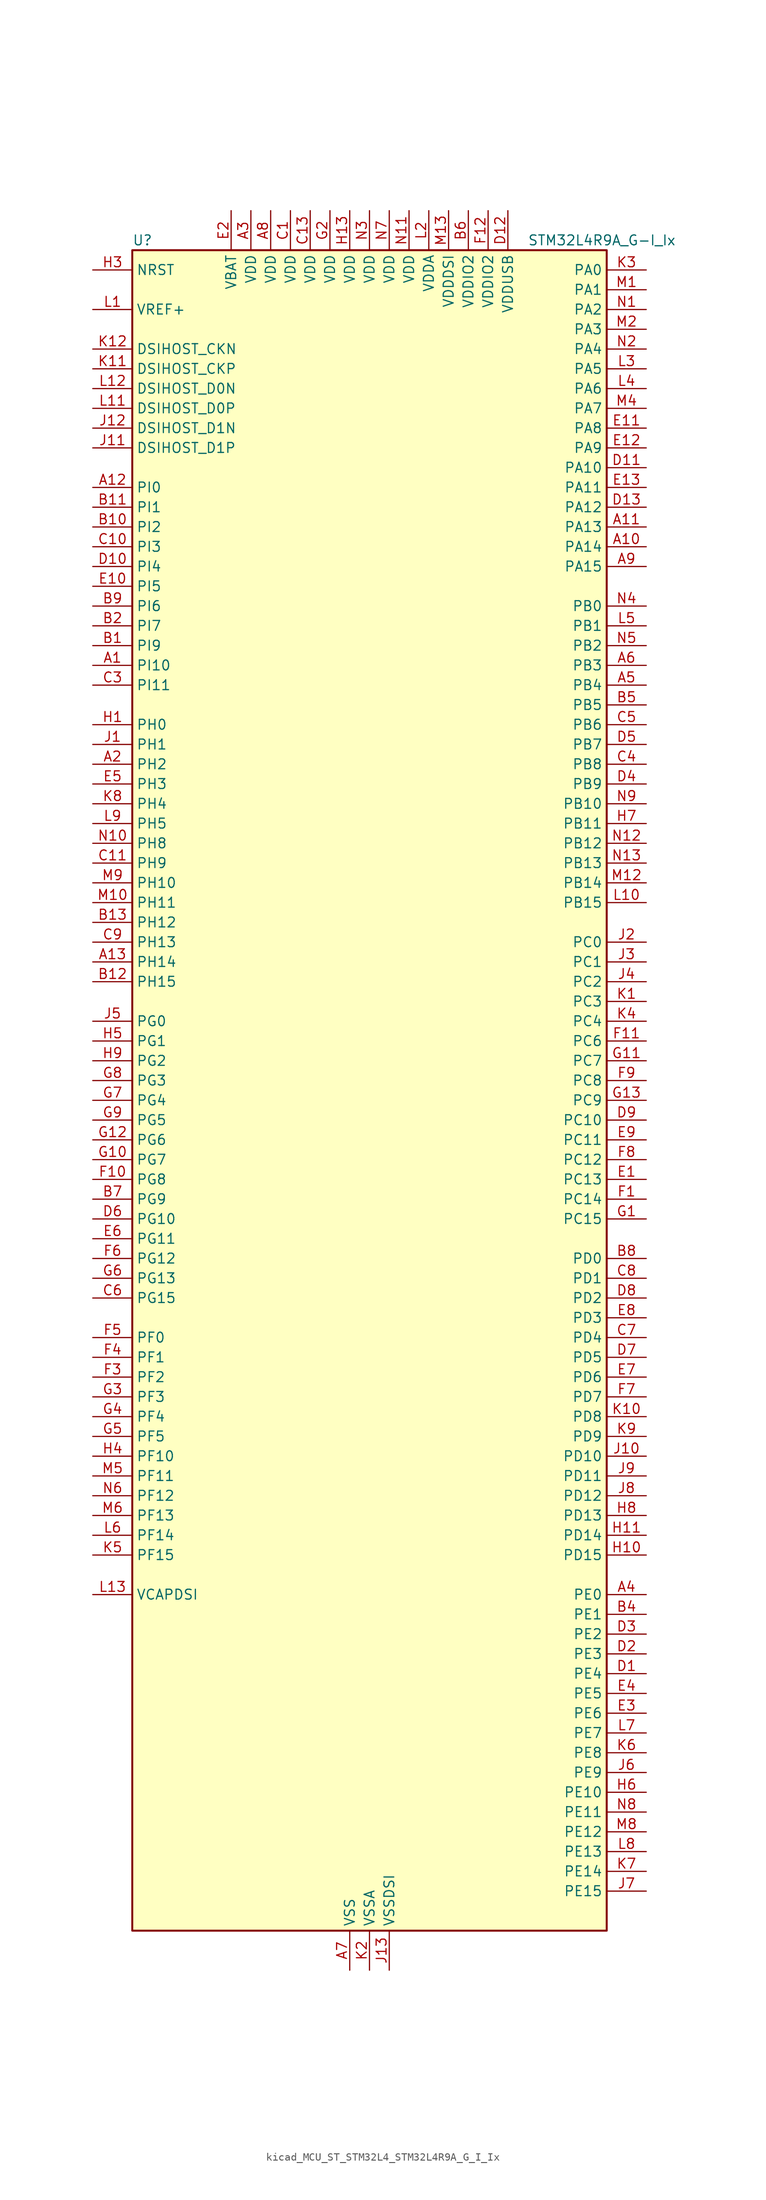
<source format=kicad_sym>
(kicad_symbol_lib
  (version 20220914)
  (generator kicad_symbol_editor)
  (symbol "kicad_MCU_ST_STM32L4_STM32L4R9A_G_I_Ix"
    (property "Reference" "U"
      (at -30.48 110.49 0)
      (effects (font (size 1.27 1.27)) (justify left)))
    (property "Value" "STM32L4R9A_G-I_Ix"
      (at 20.32 110.49 0)
      (effects (font (size 1.27 1.27)) (justify left)))
    (property "ki_locked" ""
      (at 0 0 0)
      (effects (font (size 1.27 1.27))))
    (symbol "kicad_MCU_ST_STM32L4_STM32L4R9A_G_I_Ix_0_1"
      (rectangle (start -30.48 -106.68) (end 30.48 109.22) (stroke (width 0.254) (type default)) (fill (type background))))
    (symbol "kicad_MCU_ST_STM32L4_STM32L4R9A_G_I_Ix_1_1"
      (pin bidirectional line (at -35.56 55.88 0) (length 5.08) (name "PI10" (effects (font (size 1.27 1.27)))) (number "A1" (effects (font (size 1.27 1.27)))) (alternate "OCTOSPIM_P2_IO1" bidirectional line))
      (pin bidirectional line (at 35.56 71.12 180) (length 5.08) (name "PA14" (effects (font (size 1.27 1.27)))) (number "A10" (effects (font (size 1.27 1.27)))) (alternate "I2C1_SMBA" bidirectional line) (alternate "I2C4_SMBA" bidirectional line) (alternate "LPTIM1_OUT" bidirectional line) (alternate "SAI1_FS_B" bidirectional line) (alternate "SYS_JTCK-SWCLK" bidirectional line) (alternate "USB_OTG_FS_SOF" bidirectional line))
      (pin bidirectional line (at 35.56 73.66 180) (length 5.08) (name "PA13" (effects (font (size 1.27 1.27)))) (number "A11" (effects (font (size 1.27 1.27)))) (alternate "IR_OUT" bidirectional line) (alternate "SAI1_SD_B" bidirectional line) (alternate "SYS_JTMS-SWDIO" bidirectional line) (alternate "USB_OTG_FS_NOE" bidirectional line))
      (pin bidirectional line (at -35.56 78.74 0) (length 5.08) (name "PI0" (effects (font (size 1.27 1.27)))) (number "A12" (effects (font (size 1.27 1.27)))) (alternate "DCMI_D13" bidirectional line) (alternate "OCTOSPIM_P1_IO5" bidirectional line) (alternate "SPI2_NSS" bidirectional line) (alternate "TIM5_CH4" bidirectional line))
      (pin bidirectional line (at -35.56 17.78 0) (length 5.08) (name "PH14" (effects (font (size 1.27 1.27)))) (number "A13" (effects (font (size 1.27 1.27)))) (alternate "DCMI_D4" bidirectional line) (alternate "TIM8_CH2N" bidirectional line))
      (pin bidirectional line (at -35.56 43.18 0) (length 5.08) (name "PH2" (effects (font (size 1.27 1.27)))) (number "A2" (effects (font (size 1.27 1.27)))) (alternate "OCTOSPIM_P1_IO4" bidirectional line))
      (pin power_in line (at -15.24 114.3 270) (length 5.08) (name "VDD" (effects (font (size 1.27 1.27)))) (number "A3" (effects (font (size 1.27 1.27)))))
      (pin bidirectional line (at 35.56 -63.5 180) (length 5.08) (name "PE0" (effects (font (size 1.27 1.27)))) (number "A4" (effects (font (size 1.27 1.27)))) (alternate "DCMI_D2" bidirectional line) (alternate "FMC_NBL0" bidirectional line) (alternate "LTDC_HSYNC" bidirectional line) (alternate "TIM16_CH1" bidirectional line) (alternate "TIM4_ETR" bidirectional line))
      (pin bidirectional line (at 35.56 53.34 180) (length 5.08) (name "PB4" (effects (font (size 1.27 1.27)))) (number "A5" (effects (font (size 1.27 1.27)))) (alternate "COMP2_INP" bidirectional line) (alternate "DCMI_D12" bidirectional line) (alternate "I2C3_SDA" bidirectional line) (alternate "SAI1_MCLK_B" bidirectional line) (alternate "SPI1_MISO" bidirectional line) (alternate "SPI3_MISO" bidirectional line) (alternate "SYS_JTRST" bidirectional line) (alternate "TIM17_BKIN" bidirectional line) (alternate "TIM3_CH1" bidirectional line) (alternate "TSC_G2_IO1" bidirectional line) (alternate "UART5_DE" bidirectional line) (alternate "UART5_RTS" bidirectional line) (alternate "USART1_CTS" bidirectional line) (alternate "USART1_NSS" bidirectional line))
      (pin bidirectional line (at 35.56 55.88 180) (length 5.08) (name "PB3" (effects (font (size 1.27 1.27)))) (number "A6" (effects (font (size 1.27 1.27)))) (alternate "COMP2_INM" bidirectional line) (alternate "CRS_SYNC" bidirectional line) (alternate "SAI1_SCK_B" bidirectional line) (alternate "SPI1_SCK" bidirectional line) (alternate "SPI3_SCK" bidirectional line) (alternate "SYS_JTDO-SWO" bidirectional line) (alternate "TIM2_CH2" bidirectional line) (alternate "USART1_DE" bidirectional line) (alternate "USART1_RTS" bidirectional line))
      (pin power_in line (at -2.54 -111.76 90) (length 5.08) (name "VSS" (effects (font (size 1.27 1.27)))) (number "A7" (effects (font (size 1.27 1.27)))))
      (pin power_in line (at -12.7 114.3 270) (length 5.08) (name "VDD" (effects (font (size 1.27 1.27)))) (number "A8" (effects (font (size 1.27 1.27)))))
      (pin bidirectional line (at 35.56 68.58 180) (length 5.08) (name "PA15" (effects (font (size 1.27 1.27)))) (number "A9" (effects (font (size 1.27 1.27)))) (alternate "ADC1_EXTI15" bidirectional line) (alternate "SAI2_FS_B" bidirectional line) (alternate "SPI1_NSS" bidirectional line) (alternate "SPI3_NSS" bidirectional line) (alternate "SYS_JTDI" bidirectional line) (alternate "TIM2_CH1" bidirectional line) (alternate "TIM2_ETR" bidirectional line) (alternate "TSC_G3_IO1" bidirectional line) (alternate "UART4_DE" bidirectional line) (alternate "UART4_RTS" bidirectional line) (alternate "USART2_RX" bidirectional line) (alternate "USART3_DE" bidirectional line) (alternate "USART3_RTS" bidirectional line))
      (pin bidirectional line (at -35.56 58.42 0) (length 5.08) (name "PI9" (effects (font (size 1.27 1.27)))) (number "B1" (effects (font (size 1.27 1.27)))) (alternate "CAN1_RX" bidirectional line) (alternate "DAC1_EXTI9" bidirectional line) (alternate "OCTOSPIM_P2_IO2" bidirectional line))
      (pin bidirectional line (at -35.56 73.66 0) (length 5.08) (name "PI2" (effects (font (size 1.27 1.27)))) (number "B10" (effects (font (size 1.27 1.27)))) (alternate "DCMI_D9" bidirectional line) (alternate "SPI2_MISO" bidirectional line) (alternate "TIM8_CH4" bidirectional line))
      (pin bidirectional line (at -35.56 76.2 0) (length 5.08) (name "PI1" (effects (font (size 1.27 1.27)))) (number "B11" (effects (font (size 1.27 1.27)))) (alternate "DCMI_D8" bidirectional line) (alternate "SPI2_SCK" bidirectional line))
      (pin bidirectional line (at -35.56 15.24 0) (length 5.08) (name "PH15" (effects (font (size 1.27 1.27)))) (number "B12" (effects (font (size 1.27 1.27)))) (alternate "ADC1_EXTI15" bidirectional line) (alternate "DCMI_D11" bidirectional line) (alternate "OCTOSPIM_P2_IO6" bidirectional line) (alternate "TIM8_CH3N" bidirectional line))
      (pin bidirectional line (at -35.56 22.86 0) (length 5.08) (name "PH12" (effects (font (size 1.27 1.27)))) (number "B13" (effects (font (size 1.27 1.27)))) (alternate "DCMI_D3" bidirectional line) (alternate "OCTOSPIM_P2_IO7" bidirectional line) (alternate "TIM5_CH3" bidirectional line))
      (pin bidirectional line (at -35.56 60.96 0) (length 5.08) (name "PI7" (effects (font (size 1.27 1.27)))) (number "B2" (effects (font (size 1.27 1.27)))) (alternate "DCMI_D7" bidirectional line) (alternate "TIM8_CH3" bidirectional line))
      (pin passive line (at -2.54 -111.76 90) (length 5.08) hide (name "VSS" (effects (font (size 1.27 1.27)))) (number "B3" (effects (font (size 1.27 1.27)))))
      (pin bidirectional line (at 35.56 -66.04 180) (length 5.08) (name "PE1" (effects (font (size 1.27 1.27)))) (number "B4" (effects (font (size 1.27 1.27)))) (alternate "DCMI_D3" bidirectional line) (alternate "FMC_NBL1" bidirectional line) (alternate "LTDC_VSYNC" bidirectional line) (alternate "TIM17_CH1" bidirectional line))
      (pin bidirectional line (at 35.56 50.8 180) (length 5.08) (name "PB5" (effects (font (size 1.27 1.27)))) (number "B5" (effects (font (size 1.27 1.27)))) (alternate "COMP2_OUT" bidirectional line) (alternate "DCMI_D10" bidirectional line) (alternate "I2C1_SMBA" bidirectional line) (alternate "LPTIM1_IN1" bidirectional line) (alternate "SAI1_SD_B" bidirectional line) (alternate "SPI1_MOSI" bidirectional line) (alternate "SPI3_MOSI" bidirectional line) (alternate "TIM16_BKIN" bidirectional line) (alternate "TIM3_CH2" bidirectional line) (alternate "TSC_G2_IO2" bidirectional line) (alternate "UART5_CTS" bidirectional line) (alternate "USART1_CK" bidirectional line))
      (pin power_in line (at 12.7 114.3 270) (length 5.08) (name "VDDIO2" (effects (font (size 1.27 1.27)))) (number "B6" (effects (font (size 1.27 1.27)))))
      (pin bidirectional line (at -35.56 -12.7 0) (length 5.08) (name "PG9" (effects (font (size 1.27 1.27)))) (number "B7" (effects (font (size 1.27 1.27)))) (alternate "DAC1_EXTI9" bidirectional line) (alternate "FMC_NCE" bidirectional line) (alternate "FMC_NE2" bidirectional line) (alternate "OCTOSPIM_P2_IO6" bidirectional line) (alternate "SAI2_SCK_A" bidirectional line) (alternate "SPI3_SCK" bidirectional line) (alternate "TIM15_CH1N" bidirectional line) (alternate "USART1_TX" bidirectional line))
      (pin bidirectional line (at 35.56 -20.32 180) (length 5.08) (name "PD0" (effects (font (size 1.27 1.27)))) (number "B8" (effects (font (size 1.27 1.27)))) (alternate "CAN1_RX" bidirectional line) (alternate "DFSDM1_DATIN7" bidirectional line) (alternate "FMC_D2" bidirectional line) (alternate "FMC_DA2" bidirectional line) (alternate "LTDC_B4" bidirectional line) (alternate "SPI2_NSS" bidirectional line))
      (pin bidirectional line (at -35.56 63.5 0) (length 5.08) (name "PI6" (effects (font (size 1.27 1.27)))) (number "B9" (effects (font (size 1.27 1.27)))) (alternate "DCMI_D6" bidirectional line) (alternate "OCTOSPIM_P2_CLK" bidirectional line) (alternate "TIM8_CH2" bidirectional line))
      (pin power_in line (at -10.16 114.3 270) (length 5.08) (name "VDD" (effects (font (size 1.27 1.27)))) (number "C1" (effects (font (size 1.27 1.27)))))
      (pin bidirectional line (at -35.56 71.12 0) (length 5.08) (name "PI3" (effects (font (size 1.27 1.27)))) (number "C10" (effects (font (size 1.27 1.27)))) (alternate "DCMI_D10" bidirectional line) (alternate "SPI2_MOSI" bidirectional line) (alternate "TIM8_ETR" bidirectional line))
      (pin bidirectional line (at -35.56 30.48 0) (length 5.08) (name "PH9" (effects (font (size 1.27 1.27)))) (number "C11" (effects (font (size 1.27 1.27)))) (alternate "DAC1_EXTI9" bidirectional line) (alternate "DCMI_D0" bidirectional line) (alternate "I2C3_SMBA" bidirectional line) (alternate "OCTOSPIM_P2_IO4" bidirectional line))
      (pin passive line (at -2.54 -111.76 90) (length 5.08) hide (name "VSS" (effects (font (size 1.27 1.27)))) (number "C12" (effects (font (size 1.27 1.27)))))
      (pin power_in line (at -7.62 114.3 270) (length 5.08) (name "VDD" (effects (font (size 1.27 1.27)))) (number "C13" (effects (font (size 1.27 1.27)))))
      (pin passive line (at -2.54 -111.76 90) (length 5.08) hide (name "VSS" (effects (font (size 1.27 1.27)))) (number "C2" (effects (font (size 1.27 1.27)))))
      (pin bidirectional line (at -35.56 53.34 0) (length 5.08) (name "PI11" (effects (font (size 1.27 1.27)))) (number "C3" (effects (font (size 1.27 1.27)))) (alternate "ADC1_EXTI11" bidirectional line) (alternate "OCTOSPIM_P2_IO0" bidirectional line))
      (pin bidirectional line (at 35.56 43.18 180) (length 5.08) (name "PB8" (effects (font (size 1.27 1.27)))) (number "C4" (effects (font (size 1.27 1.27)))) (alternate "CAN1_RX" bidirectional line) (alternate "DCMI_D6" bidirectional line) (alternate "DFSDM1_CKOUT" bidirectional line) (alternate "DFSDM1_DATIN6" bidirectional line) (alternate "I2C1_SCL" bidirectional line) (alternate "LTDC_B1" bidirectional line) (alternate "SAI1_CK1" bidirectional line) (alternate "SAI1_MCLK_A" bidirectional line) (alternate "SDMMC1_CKIN" bidirectional line) (alternate "SDMMC1_D4" bidirectional line) (alternate "TIM16_CH1" bidirectional line) (alternate "TIM4_CH3" bidirectional line))
      (pin bidirectional line (at 35.56 48.26 180) (length 5.08) (name "PB6" (effects (font (size 1.27 1.27)))) (number "C5" (effects (font (size 1.27 1.27)))) (alternate "COMP2_INP" bidirectional line) (alternate "DCMI_D5" bidirectional line) (alternate "DFSDM1_DATIN5" bidirectional line) (alternate "I2C1_SCL" bidirectional line) (alternate "I2C4_SCL" bidirectional line) (alternate "LPTIM1_ETR" bidirectional line) (alternate "SAI1_FS_B" bidirectional line) (alternate "TIM16_CH1N" bidirectional line) (alternate "TIM4_CH1" bidirectional line) (alternate "TIM8_BKIN2" bidirectional line) (alternate "TSC_G2_IO3" bidirectional line) (alternate "USART1_TX" bidirectional line))
      (pin bidirectional line (at -35.56 -25.4 0) (length 5.08) (name "PG15" (effects (font (size 1.27 1.27)))) (number "C6" (effects (font (size 1.27 1.27)))) (alternate "ADC1_EXTI15" bidirectional line) (alternate "DCMI_D13" bidirectional line) (alternate "I2C1_SMBA" bidirectional line) (alternate "LPTIM1_OUT" bidirectional line) (alternate "OCTOSPIM_P2_DQS" bidirectional line))
      (pin bidirectional line (at 35.56 -30.48 180) (length 5.08) (name "PD4" (effects (font (size 1.27 1.27)))) (number "C7" (effects (font (size 1.27 1.27)))) (alternate "DFSDM1_CKIN0" bidirectional line) (alternate "FMC_NOE" bidirectional line) (alternate "OCTOSPIM_P1_IO4" bidirectional line) (alternate "SPI2_MOSI" bidirectional line) (alternate "USART2_DE" bidirectional line) (alternate "USART2_RTS" bidirectional line))
      (pin bidirectional line (at 35.56 -22.86 180) (length 5.08) (name "PD1" (effects (font (size 1.27 1.27)))) (number "C8" (effects (font (size 1.27 1.27)))) (alternate "CAN1_TX" bidirectional line) (alternate "DFSDM1_CKIN7" bidirectional line) (alternate "FMC_D3" bidirectional line) (alternate "FMC_DA3" bidirectional line) (alternate "LTDC_B5" bidirectional line) (alternate "SPI2_SCK" bidirectional line))
      (pin bidirectional line (at -35.56 20.32 0) (length 5.08) (name "PH13" (effects (font (size 1.27 1.27)))) (number "C9" (effects (font (size 1.27 1.27)))) (alternate "CAN1_TX" bidirectional line) (alternate "TIM8_CH1N" bidirectional line))
      (pin bidirectional line (at 35.56 -73.66 180) (length 5.08) (name "PE4" (effects (font (size 1.27 1.27)))) (number "D1" (effects (font (size 1.27 1.27)))) (alternate "DCMI_D4" bidirectional line) (alternate "DFSDM1_DATIN3" bidirectional line) (alternate "FMC_A20" bidirectional line) (alternate "LTDC_B0" bidirectional line) (alternate "SAI1_D2" bidirectional line) (alternate "SAI1_FS_A" bidirectional line) (alternate "SYS_TRACED1" bidirectional line) (alternate "TIM3_CH2" bidirectional line) (alternate "TSC_G7_IO3" bidirectional line))
      (pin bidirectional line (at -35.56 68.58 0) (length 5.08) (name "PI4" (effects (font (size 1.27 1.27)))) (number "D10" (effects (font (size 1.27 1.27)))) (alternate "DCMI_D5" bidirectional line) (alternate "TIM8_BKIN" bidirectional line))
      (pin bidirectional line (at 35.56 81.28 180) (length 5.08) (name "PA10" (effects (font (size 1.27 1.27)))) (number "D11" (effects (font (size 1.27 1.27)))) (alternate "DCMI_D1" bidirectional line) (alternate "SAI1_D1" bidirectional line) (alternate "SAI1_SD_A" bidirectional line) (alternate "TIM17_BKIN" bidirectional line) (alternate "TIM1_CH3" bidirectional line) (alternate "USART1_RX" bidirectional line) (alternate "USB_OTG_FS_ID" bidirectional line))
      (pin power_in line (at 17.78 114.3 270) (length 5.08) (name "VDDUSB" (effects (font (size 1.27 1.27)))) (number "D12" (effects (font (size 1.27 1.27)))))
      (pin bidirectional line (at 35.56 76.2 180) (length 5.08) (name "PA12" (effects (font (size 1.27 1.27)))) (number "D13" (effects (font (size 1.27 1.27)))) (alternate "CAN1_TX" bidirectional line) (alternate "SPI1_MOSI" bidirectional line) (alternate "TIM1_ETR" bidirectional line) (alternate "USART1_DE" bidirectional line) (alternate "USART1_RTS" bidirectional line) (alternate "USB_OTG_FS_DP" bidirectional line))
      (pin bidirectional line (at 35.56 -71.12 180) (length 5.08) (name "PE3" (effects (font (size 1.27 1.27)))) (number "D2" (effects (font (size 1.27 1.27)))) (alternate "FMC_A19" bidirectional line) (alternate "LTDC_R1" bidirectional line) (alternate "OCTOSPIM_P1_DQS" bidirectional line) (alternate "SAI1_SD_B" bidirectional line) (alternate "SYS_TRACED0" bidirectional line) (alternate "TIM3_CH1" bidirectional line) (alternate "TSC_G7_IO2" bidirectional line))
      (pin bidirectional line (at 35.56 -68.58 180) (length 5.08) (name "PE2" (effects (font (size 1.27 1.27)))) (number "D3" (effects (font (size 1.27 1.27)))) (alternate "FMC_A23" bidirectional line) (alternate "LTDC_R0" bidirectional line) (alternate "SAI1_CK1" bidirectional line) (alternate "SAI1_MCLK_A" bidirectional line) (alternate "SYS_TRACECLK" bidirectional line) (alternate "TIM3_ETR" bidirectional line) (alternate "TSC_G7_IO1" bidirectional line))
      (pin bidirectional line (at 35.56 40.64 180) (length 5.08) (name "PB9" (effects (font (size 1.27 1.27)))) (number "D4" (effects (font (size 1.27 1.27)))) (alternate "CAN1_TX" bidirectional line) (alternate "DAC1_EXTI9" bidirectional line) (alternate "DCMI_D7" bidirectional line) (alternate "DFSDM1_CKIN6" bidirectional line) (alternate "I2C1_SDA" bidirectional line) (alternate "IR_OUT" bidirectional line) (alternate "SAI1_D2" bidirectional line) (alternate "SAI1_FS_A" bidirectional line) (alternate "SDMMC1_CDIR" bidirectional line) (alternate "SDMMC1_D5" bidirectional line) (alternate "SPI2_NSS" bidirectional line) (alternate "TIM17_CH1" bidirectional line) (alternate "TIM4_CH4" bidirectional line))
      (pin bidirectional line (at 35.56 45.72 180) (length 5.08) (name "PB7" (effects (font (size 1.27 1.27)))) (number "D5" (effects (font (size 1.27 1.27)))) (alternate "COMP2_INM" bidirectional line) (alternate "DCMI_VSYNC" bidirectional line) (alternate "DFSDM1_CKIN5" bidirectional line) (alternate "DSIHOST_TE" bidirectional line) (alternate "FMC_NL" bidirectional line) (alternate "I2C1_SDA" bidirectional line) (alternate "I2C4_SDA" bidirectional line) (alternate "LPTIM1_IN2" bidirectional line) (alternate "SYS_PVD_IN" bidirectional line) (alternate "TIM17_CH1N" bidirectional line) (alternate "TIM4_CH2" bidirectional line) (alternate "TIM8_BKIN" bidirectional line) (alternate "TSC_G2_IO4" bidirectional line) (alternate "UART4_CTS" bidirectional line) (alternate "USART1_RX" bidirectional line))
      (pin bidirectional line (at -35.56 -15.24 0) (length 5.08) (name "PG10" (effects (font (size 1.27 1.27)))) (number "D6" (effects (font (size 1.27 1.27)))) (alternate "FMC_NE3" bidirectional line) (alternate "LPTIM1_IN1" bidirectional line) (alternate "OCTOSPIM_P2_IO7" bidirectional line) (alternate "SAI2_FS_A" bidirectional line) (alternate "SPI3_MISO" bidirectional line) (alternate "TIM15_CH1" bidirectional line) (alternate "USART1_RX" bidirectional line))
      (pin bidirectional line (at 35.56 -33.02 180) (length 5.08) (name "PD5" (effects (font (size 1.27 1.27)))) (number "D7" (effects (font (size 1.27 1.27)))) (alternate "FMC_NWE" bidirectional line) (alternate "OCTOSPIM_P1_IO5" bidirectional line) (alternate "USART2_TX" bidirectional line))
      (pin bidirectional line (at 35.56 -25.4 180) (length 5.08) (name "PD2" (effects (font (size 1.27 1.27)))) (number "D8" (effects (font (size 1.27 1.27)))) (alternate "DCMI_D11" bidirectional line) (alternate "SDMMC1_CMD" bidirectional line) (alternate "SYS_TRACED2" bidirectional line) (alternate "TIM3_ETR" bidirectional line) (alternate "TSC_SYNC" bidirectional line) (alternate "UART5_RX" bidirectional line) (alternate "USART3_DE" bidirectional line) (alternate "USART3_RTS" bidirectional line))
      (pin bidirectional line (at 35.56 -2.54 180) (length 5.08) (name "PC10" (effects (font (size 1.27 1.27)))) (number "D9" (effects (font (size 1.27 1.27)))) (alternate "DCMI_D8" bidirectional line) (alternate "SAI2_SCK_B" bidirectional line) (alternate "SDMMC1_D2" bidirectional line) (alternate "SPI3_SCK" bidirectional line) (alternate "SYS_TRACED1" bidirectional line) (alternate "TSC_G3_IO2" bidirectional line) (alternate "UART4_TX" bidirectional line) (alternate "USART3_TX" bidirectional line))
      (pin bidirectional line (at 35.56 -10.16 180) (length 5.08) (name "PC13" (effects (font (size 1.27 1.27)))) (number "E1" (effects (font (size 1.27 1.27)))) (alternate "RTC_OUT_ALARM" bidirectional line) (alternate "RTC_OUT_CALIB" bidirectional line) (alternate "RTC_TAMP1" bidirectional line) (alternate "RTC_TS" bidirectional line) (alternate "SYS_WKUP2" bidirectional line))
      (pin bidirectional line (at -35.56 66.04 0) (length 5.08) (name "PI5" (effects (font (size 1.27 1.27)))) (number "E10" (effects (font (size 1.27 1.27)))) (alternate "DCMI_VSYNC" bidirectional line) (alternate "OCTOSPIM_P2_NCS" bidirectional line) (alternate "TIM8_CH1" bidirectional line))
      (pin bidirectional line (at 35.56 86.36 180) (length 5.08) (name "PA8" (effects (font (size 1.27 1.27)))) (number "E11" (effects (font (size 1.27 1.27)))) (alternate "LPTIM2_OUT" bidirectional line) (alternate "RCC_MCO" bidirectional line) (alternate "SAI1_CK2" bidirectional line) (alternate "SAI1_SCK_A" bidirectional line) (alternate "TIM1_CH1" bidirectional line) (alternate "USART1_CK" bidirectional line) (alternate "USB_OTG_FS_SOF" bidirectional line))
      (pin bidirectional line (at 35.56 83.82 180) (length 5.08) (name "PA9" (effects (font (size 1.27 1.27)))) (number "E12" (effects (font (size 1.27 1.27)))) (alternate "DAC1_EXTI9" bidirectional line) (alternate "DCMI_D0" bidirectional line) (alternate "SAI1_FS_A" bidirectional line) (alternate "SPI2_SCK" bidirectional line) (alternate "TIM15_BKIN" bidirectional line) (alternate "TIM1_CH2" bidirectional line) (alternate "USART1_TX" bidirectional line) (alternate "USB_OTG_FS_VBUS" bidirectional line))
      (pin bidirectional line (at 35.56 78.74 180) (length 5.08) (name "PA11" (effects (font (size 1.27 1.27)))) (number "E13" (effects (font (size 1.27 1.27)))) (alternate "ADC1_EXTI11" bidirectional line) (alternate "CAN1_RX" bidirectional line) (alternate "SPI1_MISO" bidirectional line) (alternate "TIM1_BKIN2" bidirectional line) (alternate "TIM1_CH4" bidirectional line) (alternate "USART1_CTS" bidirectional line) (alternate "USART1_NSS" bidirectional line) (alternate "USB_OTG_FS_DM" bidirectional line))
      (pin power_in line (at -17.78 114.3 270) (length 5.08) (name "VBAT" (effects (font (size 1.27 1.27)))) (number "E2" (effects (font (size 1.27 1.27)))))
      (pin bidirectional line (at 35.56 -78.74 180) (length 5.08) (name "PE6" (effects (font (size 1.27 1.27)))) (number "E3" (effects (font (size 1.27 1.27)))) (alternate "DCMI_D7" bidirectional line) (alternate "FMC_A22" bidirectional line) (alternate "LTDC_G1" bidirectional line) (alternate "RTC_TAMP3" bidirectional line) (alternate "SAI1_D1" bidirectional line) (alternate "SAI1_SD_A" bidirectional line) (alternate "SYS_TRACED3" bidirectional line) (alternate "SYS_WKUP3" bidirectional line) (alternate "TIM3_CH4" bidirectional line))
      (pin bidirectional line (at 35.56 -76.2 180) (length 5.08) (name "PE5" (effects (font (size 1.27 1.27)))) (number "E4" (effects (font (size 1.27 1.27)))) (alternate "DCMI_D6" bidirectional line) (alternate "DFSDM1_CKIN3" bidirectional line) (alternate "FMC_A21" bidirectional line) (alternate "LTDC_G0" bidirectional line) (alternate "SAI1_CK2" bidirectional line) (alternate "SAI1_SCK_A" bidirectional line) (alternate "SYS_TRACED2" bidirectional line) (alternate "TIM3_CH3" bidirectional line) (alternate "TSC_G7_IO4" bidirectional line))
      (pin bidirectional line (at -35.56 40.64 0) (length 5.08) (name "PH3" (effects (font (size 1.27 1.27)))) (number "E5" (effects (font (size 1.27 1.27)))))
      (pin bidirectional line (at -35.56 -17.78 0) (length 5.08) (name "PG11" (effects (font (size 1.27 1.27)))) (number "E6" (effects (font (size 1.27 1.27)))) (alternate "ADC1_EXTI11" bidirectional line) (alternate "LPTIM1_IN2" bidirectional line) (alternate "OCTOSPIM_P1_IO5" bidirectional line) (alternate "SAI2_MCLK_A" bidirectional line) (alternate "SPI3_MOSI" bidirectional line) (alternate "TIM15_CH2" bidirectional line) (alternate "USART1_CTS" bidirectional line) (alternate "USART1_NSS" bidirectional line))
      (pin bidirectional line (at 35.56 -35.56 180) (length 5.08) (name "PD6" (effects (font (size 1.27 1.27)))) (number "E7" (effects (font (size 1.27 1.27)))) (alternate "DCMI_D10" bidirectional line) (alternate "DFSDM1_DATIN1" bidirectional line) (alternate "FMC_NWAIT" bidirectional line) (alternate "LTDC_DE" bidirectional line) (alternate "OCTOSPIM_P1_IO6" bidirectional line) (alternate "SAI1_D1" bidirectional line) (alternate "SAI1_SD_A" bidirectional line) (alternate "SPI3_MOSI" bidirectional line) (alternate "USART2_RX" bidirectional line))
      (pin bidirectional line (at 35.56 -27.94 180) (length 5.08) (name "PD3" (effects (font (size 1.27 1.27)))) (number "E8" (effects (font (size 1.27 1.27)))) (alternate "DCMI_D5" bidirectional line) (alternate "DFSDM1_DATIN0" bidirectional line) (alternate "FMC_CLK" bidirectional line) (alternate "LTDC_CLK" bidirectional line) (alternate "OCTOSPIM_P2_NCS" bidirectional line) (alternate "SPI2_MISO" bidirectional line) (alternate "SPI2_SCK" bidirectional line) (alternate "USART2_CTS" bidirectional line) (alternate "USART2_NSS" bidirectional line))
      (pin bidirectional line (at 35.56 -5.08 180) (length 5.08) (name "PC11" (effects (font (size 1.27 1.27)))) (number "E9" (effects (font (size 1.27 1.27)))) (alternate "ADC1_EXTI11" bidirectional line) (alternate "DCMI_D2" bidirectional line) (alternate "DCMI_D4" bidirectional line) (alternate "OCTOSPIM_P1_NCS" bidirectional line) (alternate "SAI2_MCLK_B" bidirectional line) (alternate "SDMMC1_D3" bidirectional line) (alternate "SPI3_MISO" bidirectional line) (alternate "TSC_G3_IO3" bidirectional line) (alternate "UART4_RX" bidirectional line) (alternate "USART3_RX" bidirectional line))
      (pin bidirectional line (at 35.56 -12.7 180) (length 5.08) (name "PC14" (effects (font (size 1.27 1.27)))) (number "F1" (effects (font (size 1.27 1.27)))) (alternate "RCC_OSC32_IN" bidirectional line))
      (pin bidirectional line (at -35.56 -10.16 0) (length 5.08) (name "PG8" (effects (font (size 1.27 1.27)))) (number "F10" (effects (font (size 1.27 1.27)))) (alternate "I2C3_SDA" bidirectional line) (alternate "LPUART1_RX" bidirectional line))
      (pin bidirectional line (at 35.56 7.62 180) (length 5.08) (name "PC6" (effects (font (size 1.27 1.27)))) (number "F11" (effects (font (size 1.27 1.27)))) (alternate "DCMI_D0" bidirectional line) (alternate "DFSDM1_CKIN3" bidirectional line) (alternate "LTDC_R0" bidirectional line) (alternate "SAI2_MCLK_A" bidirectional line) (alternate "SDMMC1_D0DIR" bidirectional line) (alternate "SDMMC1_D6" bidirectional line) (alternate "TIM3_CH1" bidirectional line) (alternate "TIM8_CH1" bidirectional line) (alternate "TSC_G4_IO1" bidirectional line))
      (pin power_in line (at 15.24 114.3 270) (length 5.08) (name "VDDIO2" (effects (font (size 1.27 1.27)))) (number "F12" (effects (font (size 1.27 1.27)))))
      (pin passive line (at -2.54 -111.76 90) (length 5.08) hide (name "VSS" (effects (font (size 1.27 1.27)))) (number "F13" (effects (font (size 1.27 1.27)))))
      (pin passive line (at -2.54 -111.76 90) (length 5.08) hide (name "VSS" (effects (font (size 1.27 1.27)))) (number "F2" (effects (font (size 1.27 1.27)))))
      (pin bidirectional line (at -35.56 -35.56 0) (length 5.08) (name "PF2" (effects (font (size 1.27 1.27)))) (number "F3" (effects (font (size 1.27 1.27)))) (alternate "FMC_A2" bidirectional line) (alternate "I2C2_SMBA" bidirectional line) (alternate "OCTOSPIM_P2_IO2" bidirectional line))
      (pin bidirectional line (at -35.56 -33.02 0) (length 5.08) (name "PF1" (effects (font (size 1.27 1.27)))) (number "F4" (effects (font (size 1.27 1.27)))) (alternate "FMC_A1" bidirectional line) (alternate "I2C2_SCL" bidirectional line) (alternate "OCTOSPIM_P2_IO1" bidirectional line))
      (pin bidirectional line (at -35.56 -30.48 0) (length 5.08) (name "PF0" (effects (font (size 1.27 1.27)))) (number "F5" (effects (font (size 1.27 1.27)))) (alternate "FMC_A0" bidirectional line) (alternate "I2C2_SDA" bidirectional line) (alternate "OCTOSPIM_P2_IO0" bidirectional line))
      (pin bidirectional line (at -35.56 -20.32 0) (length 5.08) (name "PG12" (effects (font (size 1.27 1.27)))) (number "F6" (effects (font (size 1.27 1.27)))) (alternate "FMC_NE4" bidirectional line) (alternate "LPTIM1_ETR" bidirectional line) (alternate "OCTOSPIM_P2_NCS" bidirectional line) (alternate "SAI2_SD_A" bidirectional line) (alternate "SPI3_NSS" bidirectional line) (alternate "USART1_DE" bidirectional line) (alternate "USART1_RTS" bidirectional line))
      (pin bidirectional line (at 35.56 -38.1 180) (length 5.08) (name "PD7" (effects (font (size 1.27 1.27)))) (number "F7" (effects (font (size 1.27 1.27)))) (alternate "DFSDM1_CKIN1" bidirectional line) (alternate "FMC_NCE" bidirectional line) (alternate "FMC_NE1" bidirectional line) (alternate "OCTOSPIM_P1_IO7" bidirectional line) (alternate "USART2_CK" bidirectional line))
      (pin bidirectional line (at 35.56 -7.62 180) (length 5.08) (name "PC12" (effects (font (size 1.27 1.27)))) (number "F8" (effects (font (size 1.27 1.27)))) (alternate "DCMI_D9" bidirectional line) (alternate "SAI2_SD_B" bidirectional line) (alternate "SDMMC1_CK" bidirectional line) (alternate "SPI3_MOSI" bidirectional line) (alternate "SYS_TRACED3" bidirectional line) (alternate "TSC_G3_IO4" bidirectional line) (alternate "UART5_TX" bidirectional line) (alternate "USART3_CK" bidirectional line))
      (pin bidirectional line (at 35.56 2.54 180) (length 5.08) (name "PC8" (effects (font (size 1.27 1.27)))) (number "F9" (effects (font (size 1.27 1.27)))) (alternate "DCMI_D2" bidirectional line) (alternate "SDMMC1_D0" bidirectional line) (alternate "TIM3_CH3" bidirectional line) (alternate "TIM8_CH3" bidirectional line) (alternate "TSC_G4_IO3" bidirectional line))
      (pin bidirectional line (at 35.56 -15.24 180) (length 5.08) (name "PC15" (effects (font (size 1.27 1.27)))) (number "G1" (effects (font (size 1.27 1.27)))) (alternate "ADC1_EXTI15" bidirectional line) (alternate "RCC_OSC32_OUT" bidirectional line))
      (pin bidirectional line (at -35.56 -7.62 0) (length 5.08) (name "PG7" (effects (font (size 1.27 1.27)))) (number "G10" (effects (font (size 1.27 1.27)))) (alternate "DFSDM1_CKOUT" bidirectional line) (alternate "FMC_INT" bidirectional line) (alternate "I2C3_SCL" bidirectional line) (alternate "LPUART1_TX" bidirectional line) (alternate "OCTOSPIM_P2_DQS" bidirectional line) (alternate "SAI1_CK1" bidirectional line) (alternate "SAI1_MCLK_A" bidirectional line))
      (pin bidirectional line (at 35.56 5.08 180) (length 5.08) (name "PC7" (effects (font (size 1.27 1.27)))) (number "G11" (effects (font (size 1.27 1.27)))) (alternate "DCMI_D1" bidirectional line) (alternate "DFSDM1_DATIN3" bidirectional line) (alternate "LTDC_R1" bidirectional line) (alternate "SAI2_MCLK_B" bidirectional line) (alternate "SDMMC1_D123DIR" bidirectional line) (alternate "SDMMC1_D7" bidirectional line) (alternate "TIM3_CH2" bidirectional line) (alternate "TIM8_CH2" bidirectional line) (alternate "TSC_G4_IO2" bidirectional line))
      (pin bidirectional line (at -35.56 -5.08 0) (length 5.08) (name "PG6" (effects (font (size 1.27 1.27)))) (number "G12" (effects (font (size 1.27 1.27)))) (alternate "DSIHOST_TE" bidirectional line) (alternate "I2C3_SMBA" bidirectional line) (alternate "LPUART1_DE" bidirectional line) (alternate "LPUART1_RTS" bidirectional line) (alternate "LTDC_R1" bidirectional line) (alternate "OCTOSPIM_P1_DQS" bidirectional line))
      (pin bidirectional line (at 35.56 0 180) (length 5.08) (name "PC9" (effects (font (size 1.27 1.27)))) (number "G13" (effects (font (size 1.27 1.27)))) (alternate "DAC1_EXTI9" bidirectional line) (alternate "DCMI_D3" bidirectional line) (alternate "I2C3_SDA" bidirectional line) (alternate "SAI2_EXTCLK" bidirectional line) (alternate "SDMMC1_D1" bidirectional line) (alternate "SYS_TRACED0" bidirectional line) (alternate "TIM3_CH4" bidirectional line) (alternate "TIM8_BKIN2" bidirectional line) (alternate "TIM8_CH4" bidirectional line) (alternate "TSC_G4_IO4" bidirectional line) (alternate "USB_OTG_FS_NOE" bidirectional line))
      (pin power_in line (at -5.08 114.3 270) (length 5.08) (name "VDD" (effects (font (size 1.27 1.27)))) (number "G2" (effects (font (size 1.27 1.27)))))
      (pin bidirectional line (at -35.56 -38.1 0) (length 5.08) (name "PF3" (effects (font (size 1.27 1.27)))) (number "G3" (effects (font (size 1.27 1.27)))) (alternate "FMC_A3" bidirectional line) (alternate "OCTOSPIM_P2_IO3" bidirectional line))
      (pin bidirectional line (at -35.56 -40.64 0) (length 5.08) (name "PF4" (effects (font (size 1.27 1.27)))) (number "G4" (effects (font (size 1.27 1.27)))) (alternate "FMC_A4" bidirectional line) (alternate "OCTOSPIM_P2_CLK" bidirectional line))
      (pin bidirectional line (at -35.56 -43.18 0) (length 5.08) (name "PF5" (effects (font (size 1.27 1.27)))) (number "G5" (effects (font (size 1.27 1.27)))) (alternate "FMC_A5" bidirectional line))
      (pin bidirectional line (at -35.56 -22.86 0) (length 5.08) (name "PG13" (effects (font (size 1.27 1.27)))) (number "G6" (effects (font (size 1.27 1.27)))) (alternate "FMC_A24" bidirectional line) (alternate "I2C1_SDA" bidirectional line) (alternate "LTDC_R0" bidirectional line) (alternate "USART1_CK" bidirectional line))
      (pin bidirectional line (at -35.56 0 0) (length 5.08) (name "PG4" (effects (font (size 1.27 1.27)))) (number "G7" (effects (font (size 1.27 1.27)))) (alternate "FMC_A14" bidirectional line) (alternate "SAI2_MCLK_B" bidirectional line) (alternate "SPI1_MOSI" bidirectional line))
      (pin bidirectional line (at -35.56 2.54 0) (length 5.08) (name "PG3" (effects (font (size 1.27 1.27)))) (number "G8" (effects (font (size 1.27 1.27)))) (alternate "FMC_A13" bidirectional line) (alternate "SAI2_FS_B" bidirectional line) (alternate "SPI1_MISO" bidirectional line))
      (pin bidirectional line (at -35.56 -2.54 0) (length 5.08) (name "PG5" (effects (font (size 1.27 1.27)))) (number "G9" (effects (font (size 1.27 1.27)))) (alternate "FMC_A15" bidirectional line) (alternate "LPUART1_CTS" bidirectional line) (alternate "SAI2_SD_B" bidirectional line) (alternate "SPI1_NSS" bidirectional line))
      (pin bidirectional line (at -35.56 48.26 0) (length 5.08) (name "PH0" (effects (font (size 1.27 1.27)))) (number "H1" (effects (font (size 1.27 1.27)))) (alternate "RCC_OSC_IN" bidirectional line))
      (pin bidirectional line (at 35.56 -58.42 180) (length 5.08) (name "PD15" (effects (font (size 1.27 1.27)))) (number "H10" (effects (font (size 1.27 1.27)))) (alternate "ADC1_EXTI15" bidirectional line) (alternate "FMC_D1" bidirectional line) (alternate "FMC_DA1" bidirectional line) (alternate "LTDC_B3" bidirectional line) (alternate "TIM4_CH4" bidirectional line))
      (pin bidirectional line (at 35.56 -55.88 180) (length 5.08) (name "PD14" (effects (font (size 1.27 1.27)))) (number "H11" (effects (font (size 1.27 1.27)))) (alternate "FMC_D0" bidirectional line) (alternate "FMC_DA0" bidirectional line) (alternate "LTDC_B2" bidirectional line) (alternate "TIM4_CH3" bidirectional line))
      (pin passive line (at -2.54 -111.76 90) (length 5.08) hide (name "VSS" (effects (font (size 1.27 1.27)))) (number "H12" (effects (font (size 1.27 1.27)))))
      (pin power_in line (at -2.54 114.3 270) (length 5.08) (name "VDD" (effects (font (size 1.27 1.27)))) (number "H13" (effects (font (size 1.27 1.27)))))
      (pin passive line (at -2.54 -111.76 90) (length 5.08) hide (name "VSS" (effects (font (size 1.27 1.27)))) (number "H2" (effects (font (size 1.27 1.27)))))
      (pin input line (at -35.56 106.68 0) (length 5.08) (name "NRST" (effects (font (size 1.27 1.27)))) (number "H3" (effects (font (size 1.27 1.27)))))
      (pin bidirectional line (at -35.56 -45.72 0) (length 5.08) (name "PF10" (effects (font (size 1.27 1.27)))) (number "H4" (effects (font (size 1.27 1.27)))) (alternate "DCMI_D11" bidirectional line) (alternate "DFSDM1_CKOUT" bidirectional line) (alternate "OCTOSPIM_P1_CLK" bidirectional line) (alternate "SAI1_D3" bidirectional line) (alternate "TIM15_CH2" bidirectional line))
      (pin bidirectional line (at -35.56 7.62 0) (length 5.08) (name "PG1" (effects (font (size 1.27 1.27)))) (number "H5" (effects (font (size 1.27 1.27)))) (alternate "FMC_A11" bidirectional line) (alternate "OCTOSPIM_P2_IO5" bidirectional line) (alternate "TSC_G8_IO4" bidirectional line))
      (pin bidirectional line (at 35.56 -88.9 180) (length 5.08) (name "PE10" (effects (font (size 1.27 1.27)))) (number "H6" (effects (font (size 1.27 1.27)))) (alternate "DFSDM1_DATIN4" bidirectional line) (alternate "FMC_D7" bidirectional line) (alternate "FMC_DA7" bidirectional line) (alternate "LTDC_G3" bidirectional line) (alternate "OCTOSPIM_P1_CLK" bidirectional line) (alternate "SAI1_MCLK_B" bidirectional line) (alternate "TIM1_CH2N" bidirectional line) (alternate "TSC_G5_IO1" bidirectional line))
      (pin bidirectional line (at 35.56 35.56 180) (length 5.08) (name "PB11" (effects (font (size 1.27 1.27)))) (number "H7" (effects (font (size 1.27 1.27)))) (alternate "ADC1_EXTI11" bidirectional line) (alternate "COMP2_OUT" bidirectional line) (alternate "DFSDM1_CKIN7" bidirectional line) (alternate "DSIHOST_TE" bidirectional line) (alternate "I2C2_SDA" bidirectional line) (alternate "I2C4_SDA" bidirectional line) (alternate "LPUART1_TX" bidirectional line) (alternate "OCTOSPIM_P1_NCS" bidirectional line) (alternate "TIM2_CH4" bidirectional line) (alternate "USART3_RX" bidirectional line))
      (pin bidirectional line (at 35.56 -53.34 180) (length 5.08) (name "PD13" (effects (font (size 1.27 1.27)))) (number "H8" (effects (font (size 1.27 1.27)))) (alternate "FMC_A18" bidirectional line) (alternate "I2C4_SDA" bidirectional line) (alternate "LPTIM2_OUT" bidirectional line) (alternate "TIM4_CH2" bidirectional line) (alternate "TSC_G6_IO4" bidirectional line))
      (pin bidirectional line (at -35.56 5.08 0) (length 5.08) (name "PG2" (effects (font (size 1.27 1.27)))) (number "H9" (effects (font (size 1.27 1.27)))) (alternate "FMC_A12" bidirectional line) (alternate "SAI2_SCK_B" bidirectional line) (alternate "SPI1_SCK" bidirectional line))
      (pin bidirectional line (at -35.56 45.72 0) (length 5.08) (name "PH1" (effects (font (size 1.27 1.27)))) (number "J1" (effects (font (size 1.27 1.27)))) (alternate "RCC_OSC_OUT" bidirectional line))
      (pin bidirectional line (at 35.56 -45.72 180) (length 5.08) (name "PD10" (effects (font (size 1.27 1.27)))) (number "J10" (effects (font (size 1.27 1.27)))) (alternate "FMC_D15" bidirectional line) (alternate "FMC_DA15" bidirectional line) (alternate "LTDC_R5" bidirectional line) (alternate "SAI2_SCK_A" bidirectional line) (alternate "TSC_G6_IO1" bidirectional line) (alternate "USART3_CK" bidirectional line))
      (pin bidirectional line (at -35.56 83.82 0) (length 5.08) (name "DSIHOST_D1P" (effects (font (size 1.27 1.27)))) (number "J11" (effects (font (size 1.27 1.27)))) (alternate "DSIHOST_D1P" bidirectional line))
      (pin bidirectional line (at -35.56 86.36 0) (length 5.08) (name "DSIHOST_D1N" (effects (font (size 1.27 1.27)))) (number "J12" (effects (font (size 1.27 1.27)))) (alternate "DSIHOST_D1N" bidirectional line))
      (pin power_in line (at 2.54 -111.76 90) (length 5.08) (name "VSSDSI" (effects (font (size 1.27 1.27)))) (number "J13" (effects (font (size 1.27 1.27)))))
      (pin bidirectional line (at 35.56 20.32 180) (length 5.08) (name "PC0" (effects (font (size 1.27 1.27)))) (number "J2" (effects (font (size 1.27 1.27)))) (alternate "ADC1_IN1" bidirectional line) (alternate "DFSDM1_DATIN4" bidirectional line) (alternate "I2C3_SCL" bidirectional line) (alternate "LPTIM1_IN1" bidirectional line) (alternate "LPTIM2_IN1" bidirectional line) (alternate "LPUART1_RX" bidirectional line) (alternate "SAI2_FS_A" bidirectional line))
      (pin bidirectional line (at 35.56 17.78 180) (length 5.08) (name "PC1" (effects (font (size 1.27 1.27)))) (number "J3" (effects (font (size 1.27 1.27)))) (alternate "ADC1_IN2" bidirectional line) (alternate "DFSDM1_CKIN4" bidirectional line) (alternate "I2C3_SDA" bidirectional line) (alternate "LPTIM1_OUT" bidirectional line) (alternate "LPUART1_TX" bidirectional line) (alternate "OCTOSPIM_P1_IO4" bidirectional line) (alternate "SAI1_SD_A" bidirectional line) (alternate "SPI2_MOSI" bidirectional line) (alternate "SYS_TRACED0" bidirectional line))
      (pin bidirectional line (at 35.56 15.24 180) (length 5.08) (name "PC2" (effects (font (size 1.27 1.27)))) (number "J4" (effects (font (size 1.27 1.27)))) (alternate "ADC1_IN3" bidirectional line) (alternate "DFSDM1_CKOUT" bidirectional line) (alternate "LPTIM1_IN2" bidirectional line) (alternate "OCTOSPIM_P1_IO5" bidirectional line) (alternate "SPI2_MISO" bidirectional line))
      (pin bidirectional line (at -35.56 10.16 0) (length 5.08) (name "PG0" (effects (font (size 1.27 1.27)))) (number "J5" (effects (font (size 1.27 1.27)))) (alternate "FMC_A10" bidirectional line) (alternate "OCTOSPIM_P2_IO4" bidirectional line) (alternate "TSC_G8_IO3" bidirectional line))
      (pin bidirectional line (at 35.56 -86.36 180) (length 5.08) (name "PE9" (effects (font (size 1.27 1.27)))) (number "J6" (effects (font (size 1.27 1.27)))) (alternate "DAC1_EXTI9" bidirectional line) (alternate "DFSDM1_CKOUT" bidirectional line) (alternate "FMC_D6" bidirectional line) (alternate "FMC_DA6" bidirectional line) (alternate "LTDC_G2" bidirectional line) (alternate "SAI1_FS_B" bidirectional line) (alternate "TIM1_CH1" bidirectional line))
      (pin bidirectional line (at 35.56 -101.6 180) (length 5.08) (name "PE15" (effects (font (size 1.27 1.27)))) (number "J7" (effects (font (size 1.27 1.27)))) (alternate "ADC1_EXTI15" bidirectional line) (alternate "FMC_D12" bidirectional line) (alternate "FMC_DA12" bidirectional line) (alternate "LTDC_R2" bidirectional line) (alternate "OCTOSPIM_P1_IO3" bidirectional line) (alternate "SPI1_MOSI" bidirectional line) (alternate "TIM1_BKIN" bidirectional line))
      (pin bidirectional line (at 35.56 -50.8 180) (length 5.08) (name "PD12" (effects (font (size 1.27 1.27)))) (number "J8" (effects (font (size 1.27 1.27)))) (alternate "FMC_A17" bidirectional line) (alternate "FMC_ALE" bidirectional line) (alternate "I2C4_SCL" bidirectional line) (alternate "LPTIM2_IN1" bidirectional line) (alternate "LTDC_R7" bidirectional line) (alternate "SAI2_FS_A" bidirectional line) (alternate "TIM4_CH1" bidirectional line) (alternate "TSC_G6_IO3" bidirectional line) (alternate "USART3_DE" bidirectional line) (alternate "USART3_RTS" bidirectional line))
      (pin bidirectional line (at 35.56 -48.26 180) (length 5.08) (name "PD11" (effects (font (size 1.27 1.27)))) (number "J9" (effects (font (size 1.27 1.27)))) (alternate "ADC1_EXTI11" bidirectional line) (alternate "FMC_A16" bidirectional line) (alternate "FMC_CLE" bidirectional line) (alternate "I2C4_SMBA" bidirectional line) (alternate "LPTIM2_ETR" bidirectional line) (alternate "LTDC_R6" bidirectional line) (alternate "SAI2_SD_A" bidirectional line) (alternate "TSC_G6_IO2" bidirectional line) (alternate "USART3_CTS" bidirectional line) (alternate "USART3_NSS" bidirectional line))
      (pin bidirectional line (at 35.56 12.7 180) (length 5.08) (name "PC3" (effects (font (size 1.27 1.27)))) (number "K1" (effects (font (size 1.27 1.27)))) (alternate "ADC1_IN4" bidirectional line) (alternate "LPTIM1_ETR" bidirectional line) (alternate "LPTIM2_ETR" bidirectional line) (alternate "OCTOSPIM_P1_IO6" bidirectional line) (alternate "SAI1_D1" bidirectional line) (alternate "SAI1_SD_A" bidirectional line) (alternate "SPI2_MOSI" bidirectional line))
      (pin bidirectional line (at 35.56 -40.64 180) (length 5.08) (name "PD8" (effects (font (size 1.27 1.27)))) (number "K10" (effects (font (size 1.27 1.27)))) (alternate "DCMI_HSYNC" bidirectional line) (alternate "FMC_D13" bidirectional line) (alternate "FMC_DA13" bidirectional line) (alternate "LTDC_R3" bidirectional line) (alternate "USART3_TX" bidirectional line))
      (pin bidirectional line (at -35.56 93.98 0) (length 5.08) (name "DSIHOST_CKP" (effects (font (size 1.27 1.27)))) (number "K11" (effects (font (size 1.27 1.27)))) (alternate "DSIHOST_CKP" bidirectional line))
      (pin bidirectional line (at -35.56 96.52 0) (length 5.08) (name "DSIHOST_CKN" (effects (font (size 1.27 1.27)))) (number "K12" (effects (font (size 1.27 1.27)))) (alternate "DSIHOST_CKN" bidirectional line))
      (pin passive line (at 2.54 -111.76 90) (length 5.08) hide (name "VSSDSI" (effects (font (size 1.27 1.27)))) (number "K13" (effects (font (size 1.27 1.27)))))
      (pin power_in line (at 0 -111.76 90) (length 5.08) (name "VSSA" (effects (font (size 1.27 1.27)))) (number "K2" (effects (font (size 1.27 1.27)))))
      (pin bidirectional line (at 35.56 106.68 180) (length 5.08) (name "PA0" (effects (font (size 1.27 1.27)))) (number "K3" (effects (font (size 1.27 1.27)))) (alternate "ADC1_IN5" bidirectional line) (alternate "OPAMP1_VINP" bidirectional line) (alternate "RTC_TAMP2" bidirectional line) (alternate "SAI1_EXTCLK" bidirectional line) (alternate "SYS_WKUP1" bidirectional line) (alternate "TIM2_CH1" bidirectional line) (alternate "TIM2_ETR" bidirectional line) (alternate "TIM5_CH1" bidirectional line) (alternate "TIM8_ETR" bidirectional line) (alternate "UART4_TX" bidirectional line) (alternate "USART2_CTS" bidirectional line) (alternate "USART2_NSS" bidirectional line))
      (pin bidirectional line (at 35.56 10.16 180) (length 5.08) (name "PC4" (effects (font (size 1.27 1.27)))) (number "K4" (effects (font (size 1.27 1.27)))) (alternate "ADC1_IN13" bidirectional line) (alternate "COMP1_INM" bidirectional line) (alternate "OCTOSPIM_P1_IO7" bidirectional line) (alternate "USART3_TX" bidirectional line))
      (pin bidirectional line (at -35.56 -58.42 0) (length 5.08) (name "PF15" (effects (font (size 1.27 1.27)))) (number "K5" (effects (font (size 1.27 1.27)))) (alternate "ADC1_EXTI15" bidirectional line) (alternate "FMC_A9" bidirectional line) (alternate "I2C4_SDA" bidirectional line) (alternate "LTDC_G1" bidirectional line) (alternate "TSC_G8_IO2" bidirectional line))
      (pin bidirectional line (at 35.56 -83.82 180) (length 5.08) (name "PE8" (effects (font (size 1.27 1.27)))) (number "K6" (effects (font (size 1.27 1.27)))) (alternate "DFSDM1_CKIN2" bidirectional line) (alternate "FMC_D5" bidirectional line) (alternate "FMC_DA5" bidirectional line) (alternate "LTDC_B7" bidirectional line) (alternate "SAI1_SCK_B" bidirectional line) (alternate "TIM1_CH1N" bidirectional line))
      (pin bidirectional line (at 35.56 -99.06 180) (length 5.08) (name "PE14" (effects (font (size 1.27 1.27)))) (number "K7" (effects (font (size 1.27 1.27)))) (alternate "FMC_D11" bidirectional line) (alternate "FMC_DA11" bidirectional line) (alternate "LTDC_G7" bidirectional line) (alternate "OCTOSPIM_P1_IO2" bidirectional line) (alternate "SPI1_MISO" bidirectional line) (alternate "TIM1_BKIN2" bidirectional line) (alternate "TIM1_CH4" bidirectional line))
      (pin bidirectional line (at -35.56 38.1 0) (length 5.08) (name "PH4" (effects (font (size 1.27 1.27)))) (number "K8" (effects (font (size 1.27 1.27)))) (alternate "I2C2_SCL" bidirectional line) (alternate "OCTOSPIM_P2_DQS" bidirectional line))
      (pin bidirectional line (at 35.56 -43.18 180) (length 5.08) (name "PD9" (effects (font (size 1.27 1.27)))) (number "K9" (effects (font (size 1.27 1.27)))) (alternate "DAC1_EXTI9" bidirectional line) (alternate "DCMI_PIXCLK" bidirectional line) (alternate "FMC_D14" bidirectional line) (alternate "FMC_DA14" bidirectional line) (alternate "LTDC_R4" bidirectional line) (alternate "SAI2_MCLK_A" bidirectional line) (alternate "USART3_RX" bidirectional line))
      (pin input line (at -35.56 101.6 0) (length 5.08) (name "VREF+" (effects (font (size 1.27 1.27)))) (number "L1" (effects (font (size 1.27 1.27)))) (alternate "VREFBUF_OUT" bidirectional line))
      (pin bidirectional line (at 35.56 25.4 180) (length 5.08) (name "PB15" (effects (font (size 1.27 1.27)))) (number "L10" (effects (font (size 1.27 1.27)))) (alternate "ADC1_EXTI15" bidirectional line) (alternate "DFSDM1_CKIN2" bidirectional line) (alternate "RTC_REFIN" bidirectional line) (alternate "SAI2_SD_A" bidirectional line) (alternate "SPI2_MOSI" bidirectional line) (alternate "TIM15_CH2" bidirectional line) (alternate "TIM1_CH3N" bidirectional line) (alternate "TIM8_CH3N" bidirectional line) (alternate "TSC_G1_IO4" bidirectional line))
      (pin bidirectional line (at -35.56 88.9 0) (length 5.08) (name "DSIHOST_D0P" (effects (font (size 1.27 1.27)))) (number "L11" (effects (font (size 1.27 1.27)))) (alternate "DSIHOST_D0P" bidirectional line))
      (pin bidirectional line (at -35.56 91.44 0) (length 5.08) (name "DSIHOST_D0N" (effects (font (size 1.27 1.27)))) (number "L12" (effects (font (size 1.27 1.27)))) (alternate "DSIHOST_D0N" bidirectional line))
      (pin power_out line (at -35.56 -63.5 0) (length 5.08) (name "VCAPDSI" (effects (font (size 1.27 1.27)))) (number "L13" (effects (font (size 1.27 1.27)))))
      (pin power_in line (at 7.62 114.3 270) (length 5.08) (name "VDDA" (effects (font (size 1.27 1.27)))) (number "L2" (effects (font (size 1.27 1.27)))))
      (pin bidirectional line (at 35.56 93.98 180) (length 5.08) (name "PA5" (effects (font (size 1.27 1.27)))) (number "L3" (effects (font (size 1.27 1.27)))) (alternate "ADC1_IN10" bidirectional line) (alternate "DAC1_OUT2" bidirectional line) (alternate "LPTIM2_ETR" bidirectional line) (alternate "SPI1_SCK" bidirectional line) (alternate "TIM2_CH1" bidirectional line) (alternate "TIM2_ETR" bidirectional line) (alternate "TIM8_CH1N" bidirectional line))
      (pin bidirectional line (at 35.56 91.44 180) (length 5.08) (name "PA6" (effects (font (size 1.27 1.27)))) (number "L4" (effects (font (size 1.27 1.27)))) (alternate "ADC1_IN11" bidirectional line) (alternate "DCMI_PIXCLK" bidirectional line) (alternate "LPUART1_CTS" bidirectional line) (alternate "OCTOSPIM_P1_IO3" bidirectional line) (alternate "OPAMP2_VINP" bidirectional line) (alternate "SPI1_MISO" bidirectional line) (alternate "TIM16_CH1" bidirectional line) (alternate "TIM1_BKIN" bidirectional line) (alternate "TIM3_CH1" bidirectional line) (alternate "TIM8_BKIN" bidirectional line) (alternate "USART3_CTS" bidirectional line) (alternate "USART3_NSS" bidirectional line))
      (pin bidirectional line (at 35.56 60.96 180) (length 5.08) (name "PB1" (effects (font (size 1.27 1.27)))) (number "L5" (effects (font (size 1.27 1.27)))) (alternate "ADC1_IN16" bidirectional line) (alternate "COMP1_INM" bidirectional line) (alternate "DFSDM1_DATIN0" bidirectional line) (alternate "LPTIM2_IN1" bidirectional line) (alternate "LPUART1_DE" bidirectional line) (alternate "LPUART1_RTS" bidirectional line) (alternate "OCTOSPIM_P1_IO0" bidirectional line) (alternate "TIM1_CH3N" bidirectional line) (alternate "TIM3_CH4" bidirectional line) (alternate "TIM8_CH3N" bidirectional line) (alternate "USART3_DE" bidirectional line) (alternate "USART3_RTS" bidirectional line))
      (pin bidirectional line (at -35.56 -55.88 0) (length 5.08) (name "PF14" (effects (font (size 1.27 1.27)))) (number "L6" (effects (font (size 1.27 1.27)))) (alternate "DFSDM1_CKIN6" bidirectional line) (alternate "FMC_A8" bidirectional line) (alternate "I2C4_SCL" bidirectional line) (alternate "LTDC_G0" bidirectional line) (alternate "TSC_G8_IO1" bidirectional line))
      (pin bidirectional line (at 35.56 -81.28 180) (length 5.08) (name "PE7" (effects (font (size 1.27 1.27)))) (number "L7" (effects (font (size 1.27 1.27)))) (alternate "DFSDM1_DATIN2" bidirectional line) (alternate "FMC_D4" bidirectional line) (alternate "FMC_DA4" bidirectional line) (alternate "LTDC_B6" bidirectional line) (alternate "SAI1_SD_B" bidirectional line) (alternate "TIM1_ETR" bidirectional line))
      (pin bidirectional line (at 35.56 -96.52 180) (length 5.08) (name "PE13" (effects (font (size 1.27 1.27)))) (number "L8" (effects (font (size 1.27 1.27)))) (alternate "DFSDM1_CKIN5" bidirectional line) (alternate "FMC_D10" bidirectional line) (alternate "FMC_DA10" bidirectional line) (alternate "LTDC_G6" bidirectional line) (alternate "OCTOSPIM_P1_IO1" bidirectional line) (alternate "SPI1_SCK" bidirectional line) (alternate "TIM1_CH3" bidirectional line) (alternate "TSC_G5_IO4" bidirectional line))
      (pin bidirectional line (at -35.56 35.56 0) (length 5.08) (name "PH5" (effects (font (size 1.27 1.27)))) (number "L9" (effects (font (size 1.27 1.27)))) (alternate "DCMI_PIXCLK" bidirectional line) (alternate "I2C2_SDA" bidirectional line))
      (pin bidirectional line (at 35.56 104.14 180) (length 5.08) (name "PA1" (effects (font (size 1.27 1.27)))) (number "M1" (effects (font (size 1.27 1.27)))) (alternate "ADC1_IN6" bidirectional line) (alternate "I2C1_SMBA" bidirectional line) (alternate "OCTOSPIM_P1_DQS" bidirectional line) (alternate "OPAMP1_VINM" bidirectional line) (alternate "SPI1_SCK" bidirectional line) (alternate "TIM15_CH1N" bidirectional line) (alternate "TIM2_CH2" bidirectional line) (alternate "TIM5_CH2" bidirectional line) (alternate "UART4_RX" bidirectional line) (alternate "USART2_DE" bidirectional line) (alternate "USART2_RTS" bidirectional line))
      (pin bidirectional line (at -35.56 25.4 0) (length 5.08) (name "PH11" (effects (font (size 1.27 1.27)))) (number "M10" (effects (font (size 1.27 1.27)))) (alternate "ADC1_EXTI11" bidirectional line) (alternate "DCMI_D2" bidirectional line) (alternate "OCTOSPIM_P2_IO6" bidirectional line) (alternate "TIM5_CH2" bidirectional line))
      (pin passive line (at -2.54 -111.76 90) (length 5.08) hide (name "VSS" (effects (font (size 1.27 1.27)))) (number "M11" (effects (font (size 1.27 1.27)))))
      (pin bidirectional line (at 35.56 27.94 180) (length 5.08) (name "PB14" (effects (font (size 1.27 1.27)))) (number "M12" (effects (font (size 1.27 1.27)))) (alternate "DFSDM1_DATIN2" bidirectional line) (alternate "I2C2_SDA" bidirectional line) (alternate "SAI2_MCLK_A" bidirectional line) (alternate "SPI2_MISO" bidirectional line) (alternate "TIM15_CH1" bidirectional line) (alternate "TIM1_CH2N" bidirectional line) (alternate "TIM8_CH2N" bidirectional line) (alternate "TSC_G1_IO3" bidirectional line) (alternate "USART3_DE" bidirectional line) (alternate "USART3_RTS" bidirectional line))
      (pin power_in line (at 10.16 114.3 270) (length 5.08) (name "VDDDSI" (effects (font (size 1.27 1.27)))) (number "M13" (effects (font (size 1.27 1.27)))))
      (pin bidirectional line (at 35.56 99.06 180) (length 5.08) (name "PA3" (effects (font (size 1.27 1.27)))) (number "M2" (effects (font (size 1.27 1.27)))) (alternate "ADC1_IN8" bidirectional line) (alternate "LPUART1_RX" bidirectional line) (alternate "OCTOSPIM_P1_CLK" bidirectional line) (alternate "OPAMP1_VOUT" bidirectional line) (alternate "SAI1_CK1" bidirectional line) (alternate "SAI1_MCLK_A" bidirectional line) (alternate "TIM15_CH2" bidirectional line) (alternate "TIM2_CH4" bidirectional line) (alternate "TIM5_CH4" bidirectional line) (alternate "USART2_RX" bidirectional line))
      (pin passive line (at -2.54 -111.76 90) (length 5.08) hide (name "VSS" (effects (font (size 1.27 1.27)))) (number "M3" (effects (font (size 1.27 1.27)))))
      (pin bidirectional line (at 35.56 88.9 180) (length 5.08) (name "PA7" (effects (font (size 1.27 1.27)))) (number "M4" (effects (font (size 1.27 1.27)))) (alternate "ADC1_IN12" bidirectional line) (alternate "I2C3_SCL" bidirectional line) (alternate "OCTOSPIM_P1_IO2" bidirectional line) (alternate "OPAMP2_VINM" bidirectional line) (alternate "SPI1_MOSI" bidirectional line) (alternate "TIM17_CH1" bidirectional line) (alternate "TIM1_CH1N" bidirectional line) (alternate "TIM3_CH2" bidirectional line) (alternate "TIM8_CH1N" bidirectional line))
      (pin bidirectional line (at -35.56 -48.26 0) (length 5.08) (name "PF11" (effects (font (size 1.27 1.27)))) (number "M5" (effects (font (size 1.27 1.27)))) (alternate "ADC1_EXTI11" bidirectional line) (alternate "DCMI_D12" bidirectional line) (alternate "DSIHOST_TE" bidirectional line) (alternate "LTDC_DE" bidirectional line))
      (pin bidirectional line (at -35.56 -53.34 0) (length 5.08) (name "PF13" (effects (font (size 1.27 1.27)))) (number "M6" (effects (font (size 1.27 1.27)))) (alternate "DFSDM1_DATIN6" bidirectional line) (alternate "FMC_A7" bidirectional line) (alternate "I2C4_SMBA" bidirectional line) (alternate "LTDC_B1" bidirectional line))
      (pin passive line (at -2.54 -111.76 90) (length 5.08) hide (name "VSS" (effects (font (size 1.27 1.27)))) (number "M7" (effects (font (size 1.27 1.27)))))
      (pin bidirectional line (at 35.56 -93.98 180) (length 5.08) (name "PE12" (effects (font (size 1.27 1.27)))) (number "M8" (effects (font (size 1.27 1.27)))) (alternate "DFSDM1_DATIN5" bidirectional line) (alternate "FMC_D9" bidirectional line) (alternate "FMC_DA9" bidirectional line) (alternate "LTDC_G5" bidirectional line) (alternate "OCTOSPIM_P1_IO0" bidirectional line) (alternate "SPI1_NSS" bidirectional line) (alternate "TIM1_CH3N" bidirectional line) (alternate "TSC_G5_IO3" bidirectional line))
      (pin bidirectional line (at -35.56 27.94 0) (length 5.08) (name "PH10" (effects (font (size 1.27 1.27)))) (number "M9" (effects (font (size 1.27 1.27)))) (alternate "DCMI_D1" bidirectional line) (alternate "OCTOSPIM_P2_IO5" bidirectional line) (alternate "TIM5_CH1" bidirectional line))
      (pin bidirectional line (at 35.56 101.6 180) (length 5.08) (name "PA2" (effects (font (size 1.27 1.27)))) (number "N1" (effects (font (size 1.27 1.27)))) (alternate "ADC1_IN7" bidirectional line) (alternate "LPUART1_TX" bidirectional line) (alternate "OCTOSPIM_P1_NCS" bidirectional line) (alternate "RCC_LSCO" bidirectional line) (alternate "SAI2_EXTCLK" bidirectional line) (alternate "SYS_WKUP4" bidirectional line) (alternate "TIM15_CH1" bidirectional line) (alternate "TIM2_CH3" bidirectional line) (alternate "TIM5_CH3" bidirectional line) (alternate "USART2_TX" bidirectional line))
      (pin bidirectional line (at -35.56 33.02 0) (length 5.08) (name "PH8" (effects (font (size 1.27 1.27)))) (number "N10" (effects (font (size 1.27 1.27)))) (alternate "DCMI_HSYNC" bidirectional line) (alternate "I2C3_SDA" bidirectional line) (alternate "OCTOSPIM_P2_IO3" bidirectional line))
      (pin power_in line (at 5.08 114.3 270) (length 5.08) (name "VDD" (effects (font (size 1.27 1.27)))) (number "N11" (effects (font (size 1.27 1.27)))))
      (pin bidirectional line (at 35.56 33.02 180) (length 5.08) (name "PB12" (effects (font (size 1.27 1.27)))) (number "N12" (effects (font (size 1.27 1.27)))) (alternate "DFSDM1_DATIN1" bidirectional line) (alternate "I2C2_SMBA" bidirectional line) (alternate "LPUART1_DE" bidirectional line) (alternate "LPUART1_RTS" bidirectional line) (alternate "SAI2_FS_A" bidirectional line) (alternate "SPI2_NSS" bidirectional line) (alternate "TIM15_BKIN" bidirectional line) (alternate "TIM1_BKIN" bidirectional line) (alternate "TSC_G1_IO1" bidirectional line) (alternate "USART3_CK" bidirectional line))
      (pin bidirectional line (at 35.56 30.48 180) (length 5.08) (name "PB13" (effects (font (size 1.27 1.27)))) (number "N13" (effects (font (size 1.27 1.27)))) (alternate "DFSDM1_CKIN1" bidirectional line) (alternate "I2C2_SCL" bidirectional line) (alternate "LPUART1_CTS" bidirectional line) (alternate "SAI2_SCK_A" bidirectional line) (alternate "SPI2_SCK" bidirectional line) (alternate "TIM15_CH1N" bidirectional line) (alternate "TIM1_CH1N" bidirectional line) (alternate "TSC_G1_IO2" bidirectional line) (alternate "USART3_CTS" bidirectional line) (alternate "USART3_NSS" bidirectional line))
      (pin bidirectional line (at 35.56 96.52 180) (length 5.08) (name "PA4" (effects (font (size 1.27 1.27)))) (number "N2" (effects (font (size 1.27 1.27)))) (alternate "ADC1_IN9" bidirectional line) (alternate "DAC1_OUT1" bidirectional line) (alternate "DCMI_HSYNC" bidirectional line) (alternate "LPTIM2_OUT" bidirectional line) (alternate "OCTOSPIM_P1_NCS" bidirectional line) (alternate "SAI1_FS_B" bidirectional line) (alternate "SPI1_NSS" bidirectional line) (alternate "SPI3_NSS" bidirectional line) (alternate "USART2_CK" bidirectional line))
      (pin power_in line (at 0 114.3 270) (length 5.08) (name "VDD" (effects (font (size 1.27 1.27)))) (number "N3" (effects (font (size 1.27 1.27)))))
      (pin bidirectional line (at 35.56 63.5 180) (length 5.08) (name "PB0" (effects (font (size 1.27 1.27)))) (number "N4" (effects (font (size 1.27 1.27)))) (alternate "ADC1_IN15" bidirectional line) (alternate "COMP1_OUT" bidirectional line) (alternate "OCTOSPIM_P1_IO1" bidirectional line) (alternate "OPAMP2_VOUT" bidirectional line) (alternate "SAI1_EXTCLK" bidirectional line) (alternate "SPI1_NSS" bidirectional line) (alternate "TIM1_CH2N" bidirectional line) (alternate "TIM3_CH3" bidirectional line) (alternate "TIM8_CH2N" bidirectional line) (alternate "USART3_CK" bidirectional line))
      (pin bidirectional line (at 35.56 58.42 180) (length 5.08) (name "PB2" (effects (font (size 1.27 1.27)))) (number "N5" (effects (font (size 1.27 1.27)))) (alternate "COMP1_INP" bidirectional line) (alternate "DFSDM1_CKIN0" bidirectional line) (alternate "I2C3_SMBA" bidirectional line) (alternate "LPTIM1_OUT" bidirectional line) (alternate "LTDC_B1" bidirectional line) (alternate "OCTOSPIM_P1_DQS" bidirectional line) (alternate "RTC_OUT_ALARM" bidirectional line) (alternate "RTC_OUT_CALIB" bidirectional line))
      (pin bidirectional line (at -35.56 -50.8 0) (length 5.08) (name "PF12" (effects (font (size 1.27 1.27)))) (number "N6" (effects (font (size 1.27 1.27)))) (alternate "FMC_A6" bidirectional line) (alternate "LTDC_B0" bidirectional line) (alternate "OCTOSPIM_P2_DQS" bidirectional line))
      (pin power_in line (at 2.54 114.3 270) (length 5.08) (name "VDD" (effects (font (size 1.27 1.27)))) (number "N7" (effects (font (size 1.27 1.27)))))
      (pin bidirectional line (at 35.56 -91.44 180) (length 5.08) (name "PE11" (effects (font (size 1.27 1.27)))) (number "N8" (effects (font (size 1.27 1.27)))) (alternate "ADC1_EXTI11" bidirectional line) (alternate "DFSDM1_CKIN4" bidirectional line) (alternate "FMC_D8" bidirectional line) (alternate "FMC_DA8" bidirectional line) (alternate "LTDC_G4" bidirectional line) (alternate "OCTOSPIM_P1_NCS" bidirectional line) (alternate "TIM1_CH2" bidirectional line) (alternate "TSC_G5_IO2" bidirectional line))
      (pin bidirectional line (at 35.56 38.1 180) (length 5.08) (name "PB10" (effects (font (size 1.27 1.27)))) (number "N9" (effects (font (size 1.27 1.27)))) (alternate "COMP1_OUT" bidirectional line) (alternate "DFSDM1_DATIN7" bidirectional line) (alternate "I2C2_SCL" bidirectional line) (alternate "I2C4_SCL" bidirectional line) (alternate "LPUART1_RX" bidirectional line) (alternate "OCTOSPIM_P1_CLK" bidirectional line) (alternate "SAI1_SCK_A" bidirectional line) (alternate "SPI2_SCK" bidirectional line) (alternate "TIM2_CH3" bidirectional line) (alternate "TSC_SYNC" bidirectional line) (alternate "USART3_TX" bidirectional line)))))
</source>
